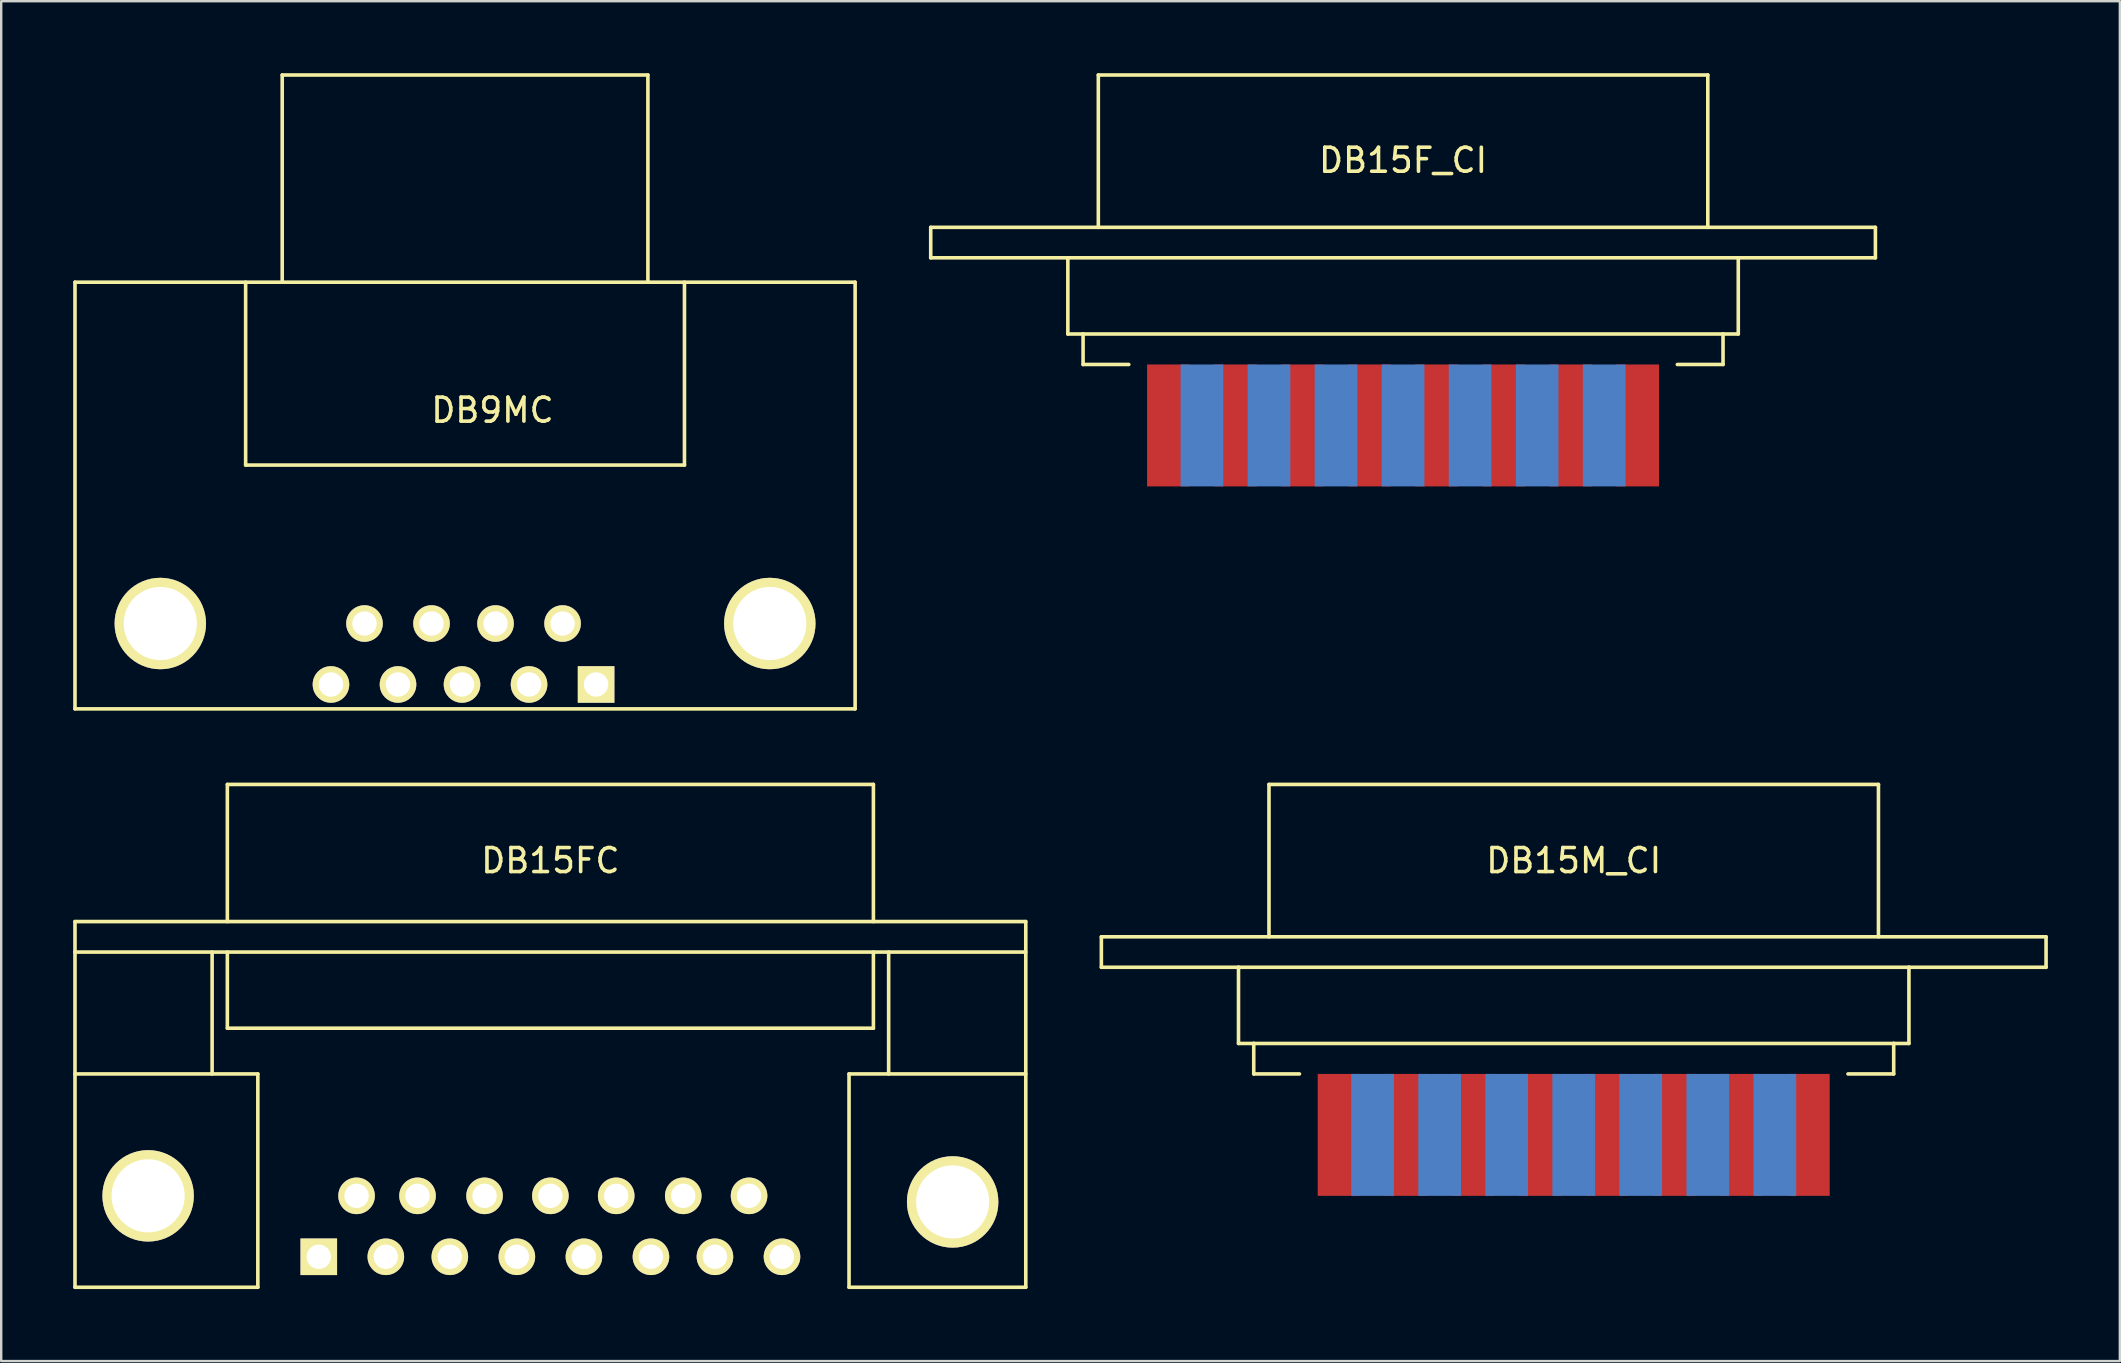
<source format=kicad_pcb>
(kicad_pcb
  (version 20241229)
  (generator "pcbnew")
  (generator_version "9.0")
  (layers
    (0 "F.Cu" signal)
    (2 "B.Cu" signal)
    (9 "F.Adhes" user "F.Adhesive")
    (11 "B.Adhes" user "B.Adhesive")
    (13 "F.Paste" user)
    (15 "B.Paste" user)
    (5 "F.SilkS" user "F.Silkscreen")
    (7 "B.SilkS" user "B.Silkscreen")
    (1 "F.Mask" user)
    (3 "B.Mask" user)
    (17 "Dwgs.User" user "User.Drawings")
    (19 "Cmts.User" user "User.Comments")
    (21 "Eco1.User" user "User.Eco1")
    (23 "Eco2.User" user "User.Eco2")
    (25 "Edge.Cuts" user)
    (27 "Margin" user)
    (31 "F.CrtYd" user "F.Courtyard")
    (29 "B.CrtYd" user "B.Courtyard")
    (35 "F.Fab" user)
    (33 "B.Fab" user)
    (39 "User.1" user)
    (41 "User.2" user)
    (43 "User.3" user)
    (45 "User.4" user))
  (footprint "DB15M_CI"
    (layer "F.Cu")
    (at 62.534 41.579)
    (property "Reference" "DB15M_CI" (at 0 -8.763 0) (layer "F.SilkS") (effects (font (size 1 1) (thickness 0.15))))
    (attr through_hole)
    (fp_line (start -19.685 -5.588) (end -19.685 -4.318) (stroke (width 0.15) (type solid)) (layer "F.SilkS"))
    (fp_line (start -19.685 -4.318) (end -13.97 -4.318) (stroke (width 0.15) (type solid)) (layer "F.SilkS"))
    (fp_line (start -13.97 -4.318) (end -13.97 -1.143) (stroke (width 0.15) (type solid)) (layer "F.SilkS"))
    (fp_line (start -13.97 -1.143) (end -13.335 -1.143) (stroke (width 0.15) (type solid)) (layer "F.SilkS"))
    (fp_line (start -13.335 -1.143) (end -13.335 0.127) (stroke (width 0.15) (type solid)) (layer "F.SilkS"))
    (fp_line (start -13.335 0.127) (end -11.43 0.127) (stroke (width 0.15) (type solid)) (layer "F.SilkS"))
    (fp_line (start -12.7 -11.938) (end -12.7 -5.588) (stroke (width 0.15) (type solid)) (layer "F.SilkS"))
    (fp_line (start 11.43 0.127) (end 13.335 0.127) (stroke (width 0.15) (type solid)) (layer "F.SilkS"))
    (fp_line (start 12.7 -11.938) (end -12.7 -11.938) (stroke (width 0.15) (type solid)) (layer "F.SilkS"))
    (fp_line (start 12.7 -5.588) (end 12.7 -11.938) (stroke (width 0.15) (type solid)) (layer "F.SilkS"))
    (fp_line (start 13.335 -1.143) (end -13.335 -1.143) (stroke (width 0.15) (type solid)) (layer "F.SilkS"))
    (fp_line (start 13.335 -1.143) (end 13.97 -1.143) (stroke (width 0.15) (type solid)) (layer "F.SilkS"))
    (fp_line (start 13.335 0.127) (end 13.335 -1.143) (stroke (width 0.15) (type solid)) (layer "F.SilkS"))
    (fp_line (start 13.97 -4.318) (end -13.97 -4.318) (stroke (width 0.15) (type solid)) (layer "F.SilkS"))
    (fp_line (start 13.97 -4.318) (end 19.685 -4.318) (stroke (width 0.15) (type solid)) (layer "F.SilkS"))
    (fp_line (start 13.97 -1.143) (end 13.97 -4.318) (stroke (width 0.15) (type solid)) (layer "F.SilkS"))
    (fp_line (start 19.685 -5.588) (end -19.685 -5.588) (stroke (width 0.15) (type solid)) (layer "F.SilkS"))
    (fp_line (start 19.685 -4.318) (end 19.685 -5.588) (stroke (width 0.15) (type solid)) (layer "F.SilkS"))
    (pad "1" connect rect (at 9.779 2.667 180) (size 1.778 5.08) (layers "F.Cu" "F.Mask"))
    (pad "2" connect rect (at 6.985 2.667 180) (size 1.778 5.08) (layers "F.Cu" "F.Mask"))
    (pad "3" connect rect (at 4.191 2.667 180) (size 1.778 5.08) (layers "F.Cu" "F.Mask"))
    (pad "4" connect rect (at 1.397 2.667 180) (size 1.778 5.08) (layers "F.Cu" "F.Mask"))
    (pad "5" connect rect (at -1.397 2.667 180) (size 1.778 5.08) (layers "F.Cu" "F.Mask"))
    (pad "6" connect rect (at -4.191 2.667 180) (size 1.778 5.08) (layers "F.Cu" "F.Mask"))
    (pad "7" connect rect (at -6.985 2.667 180) (size 1.778 5.08) (layers "F.Cu" "F.Mask"))
    (pad "8" connect rect (at -9.779 2.667 180) (size 1.778 5.08) (layers "F.Cu" "F.Mask"))
    (pad "9" connect rect (at 8.382 2.667 180) (size 1.778 5.08) (layers "B.Cu" "B.Mask"))
    (pad "10" connect rect (at 5.588 2.667 180) (size 1.778 5.08) (layers "B.Cu" "B.Mask"))
    (pad "11" connect rect (at 2.794 2.667 180) (size 1.778 5.08) (layers "B.Cu" "B.Mask"))
    (pad "12" connect rect (at 0 2.667 180) (size 1.778 5.08) (layers "B.Cu" "B.Mask"))
    (pad "13" connect rect (at -2.794 2.667 180) (size 1.778 5.08) (layers "B.Cu" "B.Mask"))
    (pad "14" connect rect (at -5.588 2.667 180) (size 1.778 5.08) (layers "B.Cu" "B.Mask"))
    (pad "15" connect rect (at -8.382 2.667 180) (size 1.778 5.08) (layers "B.Cu" "B.Mask")))
  (footprint "DB9MC"
    (layer "F.Cu")
    (at 16.204 24.205)
    (property "Reference" "DB9MC" (at 1.27 -10.16 0) (layer "F.SilkS") (effects (font (size 1 1) (thickness 0.15))))
    (attr through_hole)
    (fp_line (start -16.129 -15.494) (end -16.129 2.286) (stroke (width 0.15) (type solid)) (layer "F.SilkS"))
    (fp_line (start -16.129 2.286) (end 16.383 2.286) (stroke (width 0.15) (type solid)) (layer "F.SilkS"))
    (fp_line (start -9.017 -15.494) (end -9.017 -7.874) (stroke (width 0.15) (type solid)) (layer "F.SilkS"))
    (fp_line (start -9.017 -7.874) (end 9.271 -7.874) (stroke (width 0.15) (type solid)) (layer "F.SilkS"))
    (fp_line (start -7.493 -24.13) (end 7.747 -24.13) (stroke (width 0.15) (type solid)) (layer "F.SilkS"))
    (fp_line (start -7.493 -15.494) (end -7.493 -24.13) (stroke (width 0.15) (type solid)) (layer "F.SilkS"))
    (fp_line (start 7.747 -24.13) (end 7.747 -15.494) (stroke (width 0.15) (type solid)) (layer "F.SilkS"))
    (fp_line (start 9.271 -7.874) (end 9.271 -15.494) (stroke (width 0.15) (type solid)) (layer "F.SilkS"))
    (fp_line (start 16.383 -15.494) (end -16.129 -15.494) (stroke (width 0.15) (type solid)) (layer "F.SilkS"))
    (fp_line (start 16.383 2.286) (end 16.383 -15.494) (stroke (width 0.15) (type solid)) (layer "F.SilkS"))
    (pad "" thru_hole circle (at -12.573 -1.27) (size 3.81 3.81) (drill 3.048) (layers "*.Cu" "*.Mask" "F.SilkS"))
    (pad "" thru_hole circle (at 12.827 -1.27) (size 3.81 3.81) (drill 3.048) (layers "*.Cu" "*.Mask" "F.SilkS"))
    (pad "1" thru_hole rect (at 5.588 1.27) (size 1.524 1.524) (drill 1.016) (layers "*.Cu" "*.Mask" "F.SilkS"))
    (pad "2" thru_hole circle (at 2.794 1.27) (size 1.524 1.524) (drill 1.016) (layers "*.Cu" "*.Mask" "F.SilkS"))
    (pad "3" thru_hole circle (at 0 1.27) (size 1.524 1.524) (drill 1.016) (layers "*.Cu" "*.Mask" "F.SilkS"))
    (pad "4" thru_hole circle (at -2.667 1.27) (size 1.524 1.524) (drill 1.016) (layers "*.Cu" "*.Mask" "F.SilkS"))
    (pad "5" thru_hole circle (at -5.461 1.27) (size 1.524 1.524) (drill 1.016) (layers "*.Cu" "*.Mask" "F.SilkS"))
    (pad "6" thru_hole circle (at 4.191 -1.27) (size 1.524 1.524) (drill 1.016) (layers "*.Cu" "*.Mask" "F.SilkS"))
    (pad "7" thru_hole circle (at 1.397 -1.27) (size 1.524 1.524) (drill 1.016) (layers "*.Cu" "*.Mask" "F.SilkS"))
    (pad "8" thru_hole circle (at -1.27 -1.27) (size 1.524 1.524) (drill 1.016) (layers "*.Cu" "*.Mask" "F.SilkS"))
    (pad "9" thru_hole circle (at -4.064 -1.27) (size 1.524 1.524) (drill 1.016) (layers "*.Cu" "*.Mask" "F.SilkS")))
  (footprint "DB15F_CI"
    (layer "F.Cu")
    (at 55.422 12.013)
    (property "Reference" "DB15F_CI" (at 0 -8.382 0) (layer "F.SilkS") (effects (font (size 1 1) (thickness 0.15))))
    (attr through_hole)
    (fp_line (start -19.685 -5.588) (end 19.685 -5.588) (stroke (width 0.15) (type solid)) (layer "F.SilkS"))
    (fp_line (start -19.685 -4.318) (end -19.685 -5.588) (stroke (width 0.15) (type solid)) (layer "F.SilkS"))
    (fp_line (start -13.97 -4.318) (end -19.685 -4.318) (stroke (width 0.15) (type solid)) (layer "F.SilkS"))
    (fp_line (start -13.97 -4.318) (end 13.97 -4.318) (stroke (width 0.15) (type solid)) (layer "F.SilkS"))
    (fp_line (start -13.97 -1.143) (end -13.97 -4.318) (stroke (width 0.15) (type solid)) (layer "F.SilkS"))
    (fp_line (start -13.335 -1.143) (end -13.97 -1.143) (stroke (width 0.15) (type solid)) (layer "F.SilkS"))
    (fp_line (start -13.335 -1.143) (end 13.335 -1.143) (stroke (width 0.15) (type solid)) (layer "F.SilkS"))
    (fp_line (start -13.335 0.127) (end -13.335 -1.143) (stroke (width 0.15) (type solid)) (layer "F.SilkS"))
    (fp_line (start -12.7 -11.938) (end 12.7 -11.938) (stroke (width 0.15) (type solid)) (layer "F.SilkS"))
    (fp_line (start -12.7 -5.588) (end -12.7 -11.938) (stroke (width 0.15) (type solid)) (layer "F.SilkS"))
    (fp_line (start -11.43 0.127) (end -13.335 0.127) (stroke (width 0.15) (type solid)) (layer "F.SilkS"))
    (fp_line (start 12.7 -11.938) (end 12.7 -5.588) (stroke (width 0.15) (type solid)) (layer "F.SilkS"))
    (fp_line (start 13.335 -1.143) (end 13.335 0.127) (stroke (width 0.15) (type solid)) (layer "F.SilkS"))
    (fp_line (start 13.335 0.127) (end 11.43 0.127) (stroke (width 0.15) (type solid)) (layer "F.SilkS"))
    (fp_line (start 13.97 -4.318) (end 13.97 -1.143) (stroke (width 0.15) (type solid)) (layer "F.SilkS"))
    (fp_line (start 13.97 -1.143) (end 13.335 -1.143) (stroke (width 0.15) (type solid)) (layer "F.SilkS"))
    (fp_line (start 19.685 -5.588) (end 19.685 -4.318) (stroke (width 0.15) (type solid)) (layer "F.SilkS"))
    (fp_line (start 19.685 -4.318) (end 13.97 -4.318) (stroke (width 0.15) (type solid)) (layer "F.SilkS"))
    (pad "1" connect rect (at -9.779 2.667) (size 1.778 5.08) (layers "F.Cu" "F.Mask"))
    (pad "2" connect rect (at -6.985 2.667) (size 1.778 5.08) (layers "F.Cu" "F.Mask"))
    (pad "3" connect rect (at -4.191 2.667) (size 1.778 5.08) (layers "F.Cu" "F.Mask"))
    (pad "4" connect rect (at -1.397 2.667) (size 1.778 5.08) (layers "F.Cu" "F.Mask"))
    (pad "5" connect rect (at 1.397 2.667) (size 1.778 5.08) (layers "F.Cu" "F.Mask"))
    (pad "6" connect rect (at 4.191 2.667) (size 1.778 5.08) (layers "F.Cu" "F.Mask"))
    (pad "7" connect rect (at 6.985 2.667) (size 1.778 5.08) (layers "F.Cu" "F.Mask"))
    (pad "8" connect rect (at 9.779 2.667) (size 1.778 5.08) (layers "F.Cu" "F.Mask"))
    (pad "9" connect rect (at -8.382 2.667) (size 1.778 5.08) (layers "B.Cu" "B.Mask"))
    (pad "10" connect rect (at -5.588 2.667) (size 1.778 5.08) (layers "B.Cu" "B.Mask"))
    (pad "11" connect rect (at -2.794 2.667) (size 1.778 5.08) (layers "B.Cu" "B.Mask"))
    (pad "12" connect rect (at 0 2.667) (size 1.778 5.08) (layers "B.Cu" "B.Mask"))
    (pad "13" connect rect (at 2.794 2.667) (size 1.778 5.08) (layers "B.Cu" "B.Mask"))
    (pad "14" connect rect (at 5.588 2.667) (size 1.778 5.08) (layers "B.Cu" "B.Mask"))
    (pad "15" connect rect (at 8.382 2.667) (size 1.778 5.08) (layers "B.Cu" "B.Mask")))
  (footprint "DB15FC"
    (layer "F.Cu")
    (at 19.887 48.056)
    (property "Reference" "DB15FC" (at 0 -15.24 0) (layer "F.SilkS") (effects (font (size 1 1) (thickness 0.15))))
    (attr through_hole)
    (fp_line (start -19.812 -12.7) (end -19.812 -11.43) (stroke (width 0.15) (type solid)) (layer "F.SilkS"))
    (fp_line (start -19.812 -6.35) (end -12.192 -6.35) (stroke (width 0.15) (type solid)) (layer "F.SilkS"))
    (fp_line (start -19.812 2.54) (end -19.812 -11.43) (stroke (width 0.15) (type solid)) (layer "F.SilkS"))
    (fp_line (start -19.812 2.54) (end -12.192 2.54) (stroke (width 0.15) (type solid)) (layer "F.SilkS"))
    (fp_line (start -14.097 -11.43) (end -14.097 -6.35) (stroke (width 0.15) (type solid)) (layer "F.SilkS"))
    (fp_line (start -13.462 -18.415) (end -13.462 -12.7) (stroke (width 0.15) (type solid)) (layer "F.SilkS"))
    (fp_line (start -13.462 -18.415) (end 13.462 -18.415) (stroke (width 0.15) (type solid)) (layer "F.SilkS"))
    (fp_line (start -13.462 -8.255) (end -13.462 -11.43) (stroke (width 0.15) (type solid)) (layer "F.SilkS"))
    (fp_line (start -12.192 -6.35) (end -12.192 2.54) (stroke (width 0.15) (type solid)) (layer "F.SilkS"))
    (fp_line (start 12.446 -6.35) (end 19.812 -6.35) (stroke (width 0.15) (type solid)) (layer "F.SilkS"))
    (fp_line (start 12.446 2.54) (end 12.446 -6.35) (stroke (width 0.15) (type solid)) (layer "F.SilkS"))
    (fp_line (start 13.462 -12.7) (end 13.462 -18.415) (stroke (width 0.15) (type solid)) (layer "F.SilkS"))
    (fp_line (start 13.462 -8.255) (end -13.462 -8.255) (stroke (width 0.15) (type solid)) (layer "F.SilkS"))
    (fp_line (start 13.462 -8.255) (end 13.462 -11.43) (stroke (width 0.15) (type solid)) (layer "F.SilkS"))
    (fp_line (start 14.097 -6.35) (end 14.097 -11.43) (stroke (width 0.15) (type solid)) (layer "F.SilkS"))
    (fp_line (start 19.812 -12.7) (end -19.812 -12.7) (stroke (width 0.15) (type solid)) (layer "F.SilkS"))
    (fp_line (start 19.812 -11.43) (end -19.812 -11.43) (stroke (width 0.15) (type solid)) (layer "F.SilkS"))
    (fp_line (start 19.812 2.54) (end 12.446 2.54) (stroke (width 0.15) (type solid)) (layer "F.SilkS"))
    (fp_line (start 19.812 2.54) (end 19.812 -12.7) (stroke (width 0.15) (type solid)) (layer "F.SilkS"))
    (pad "" thru_hole circle (at -16.764 -1.27) (size 3.81 3.81) (drill 3.048) (layers "*.Cu" "*.Mask" "F.SilkS"))
    (pad "" thru_hole circle (at 16.764 -1.016) (size 3.81 3.81) (drill 3.048) (layers "*.Cu" "*.Mask" "F.SilkS"))
    (pad "1" thru_hole rect (at -9.652 1.27) (size 1.524 1.524) (drill 1.016) (layers "*.Cu" "*.Mask" "F.SilkS"))
    (pad "2" thru_hole circle (at -6.858 1.27) (size 1.524 1.524) (drill 1.016) (layers "*.Cu" "*.Mask" "F.SilkS"))
    (pad "3" thru_hole circle (at -4.191 1.27) (size 1.524 1.524) (drill 1.016) (layers "*.Cu" "*.Mask" "F.SilkS"))
    (pad "4" thru_hole circle (at -1.397 1.27) (size 1.524 1.524) (drill 1.016) (layers "*.Cu" "*.Mask" "F.SilkS"))
    (pad "5" thru_hole circle (at 1.397 1.27) (size 1.524 1.524) (drill 1.016) (layers "*.Cu" "*.Mask" "F.SilkS"))
    (pad "6" thru_hole circle (at 4.191 1.27) (size 1.524 1.524) (drill 1.016) (layers "*.Cu" "*.Mask" "F.SilkS"))
    (pad "7" thru_hole circle (at 6.858 1.27) (size 1.524 1.524) (drill 1.016) (layers "*.Cu" "*.Mask" "F.SilkS"))
    (pad "8" thru_hole circle (at 9.652 1.27) (size 1.524 1.524) (drill 1.016) (layers "*.Cu" "*.Mask" "F.SilkS"))
    (pad "9" thru_hole circle (at -8.077 -1.27) (size 1.524 1.524) (drill 1.016) (layers "*.Cu" "*.Mask" "F.SilkS"))
    (pad "10" thru_hole circle (at -5.537 -1.27) (size 1.524 1.524) (drill 1.016) (layers "*.Cu" "*.Mask" "F.SilkS"))
    (pad "11" thru_hole circle (at -2.743 -1.27) (size 1.524 1.524) (drill 1.016) (layers "*.Cu" "*.Mask" "F.SilkS"))
    (pad "12" thru_hole circle (at 0 -1.27) (size 1.524 1.524) (drill 1.016) (layers "*.Cu" "*.Mask" "F.SilkS"))
    (pad "13" thru_hole circle (at 2.743 -1.27) (size 1.524 1.524) (drill 1.016) (layers "*.Cu" "*.Mask" "F.SilkS"))
    (pad "14" thru_hole circle (at 5.537 -1.27) (size 1.524 1.524) (drill 1.016) (layers "*.Cu" "*.Mask" "F.SilkS"))
    (pad "15" thru_hole circle (at 8.28 -1.27) (size 1.524 1.524) (drill 1.016) (layers "*.Cu" "*.Mask" "F.SilkS")))
  (gr_rect
    (start -3 -3)
    (end 85.294 53.671)
    (stroke (width 0.1) (type default))
    (fill no)
    (layer "Edge.Cuts")))
</source>
